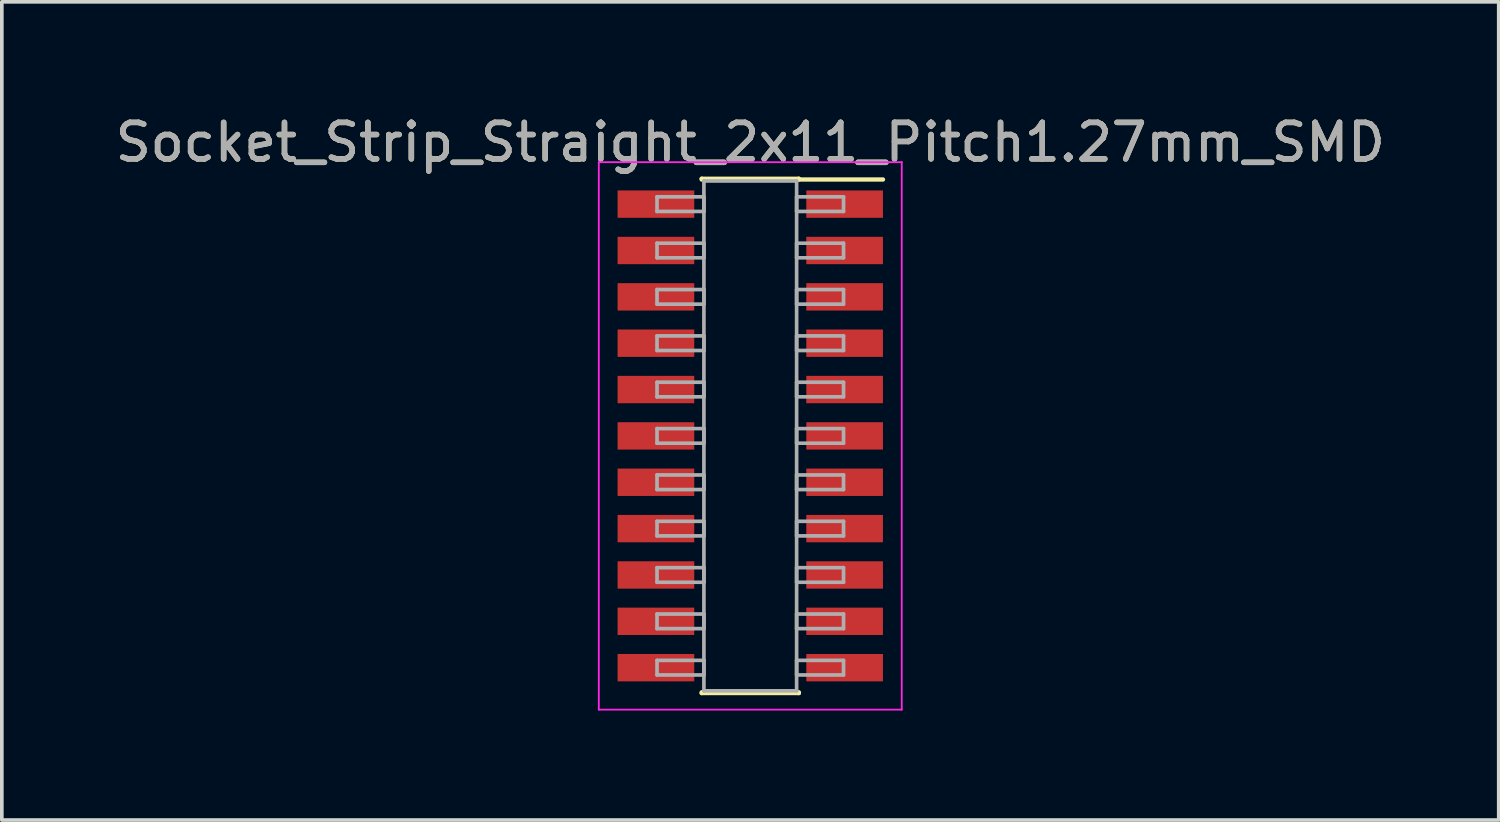
<source format=kicad_pcb>
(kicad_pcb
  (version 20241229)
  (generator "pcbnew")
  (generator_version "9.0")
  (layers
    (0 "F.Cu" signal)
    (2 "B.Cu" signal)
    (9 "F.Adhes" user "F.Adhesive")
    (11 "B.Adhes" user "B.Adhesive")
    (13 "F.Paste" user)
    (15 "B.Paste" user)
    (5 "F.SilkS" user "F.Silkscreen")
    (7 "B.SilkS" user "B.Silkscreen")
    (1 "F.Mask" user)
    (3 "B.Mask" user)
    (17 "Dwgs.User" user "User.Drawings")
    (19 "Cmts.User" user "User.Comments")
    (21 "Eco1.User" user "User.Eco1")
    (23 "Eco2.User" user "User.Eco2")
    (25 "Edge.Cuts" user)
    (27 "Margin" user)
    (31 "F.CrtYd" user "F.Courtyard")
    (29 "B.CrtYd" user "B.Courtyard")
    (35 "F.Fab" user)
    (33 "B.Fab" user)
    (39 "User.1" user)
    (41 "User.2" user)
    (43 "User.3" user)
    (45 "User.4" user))
  (footprint "Socket_Strip_Straight_2x11_Pitch1.27mm_SMD"
    (layer "F.Cu")
    (at 17.506 8.893)
    (property "Reference" "Socket_Strip_Straight_2x11_Pitch1.27mm_SMD" (at 0 -8.045 0) (layer "F.SilkS") (effects (font (size 1 1) (thickness 0.15))))
    (attr smd)
    (fp_line (start -1.33 -7.045) (end 1.33 -7.045) (stroke (width 0.12) (type solid)) (layer "F.SilkS"))
    (fp_line (start -1.33 -7.025) (end -1.33 -7.045) (stroke (width 0.12) (type solid)) (layer "F.SilkS"))
    (fp_line (start -1.33 7.025) (end -1.33 7.045) (stroke (width 0.12) (type solid)) (layer "F.SilkS"))
    (fp_line (start -1.33 7.045) (end 1.33 7.045) (stroke (width 0.12) (type solid)) (layer "F.SilkS"))
    (fp_line (start 1.33 -7.045) (end 1.33 -7.025) (stroke (width 0.12) (type solid)) (layer "F.SilkS"))
    (fp_line (start 1.33 7.045) (end 1.33 7.025) (stroke (width 0.12) (type solid)) (layer "F.SilkS"))
    (fp_line (start 3.635 -7.025) (end 1.33 -7.025) (stroke (width 0.12) (type solid)) (layer "F.SilkS"))
    (fp_line (start -4.15 -7.5) (end -4.15 7.5) (stroke (width 0.05) (type solid)) (layer "F.CrtYd"))
    (fp_line (start -4.15 7.5) (end 4.15 7.5) (stroke (width 0.05) (type solid)) (layer "F.CrtYd"))
    (fp_line (start 4.15 -7.5) (end -4.15 -7.5) (stroke (width 0.05) (type solid)) (layer "F.CrtYd"))
    (fp_line (start 4.15 7.5) (end 4.15 -7.5) (stroke (width 0.05) (type solid)) (layer "F.CrtYd"))
    (fp_line (start -2.555 -6.55) (end -1.27 -6.55) (stroke (width 0.1) (type solid)) (layer "F.Fab"))
    (fp_line (start -2.555 -6.15) (end -2.555 -6.55) (stroke (width 0.1) (type solid)) (layer "F.Fab"))
    (fp_line (start -2.555 -5.28) (end -1.27 -5.28) (stroke (width 0.1) (type solid)) (layer "F.Fab"))
    (fp_line (start -2.555 -4.88) (end -2.555 -5.28) (stroke (width 0.1) (type solid)) (layer "F.Fab"))
    (fp_line (start -2.555 -4.01) (end -1.27 -4.01) (stroke (width 0.1) (type solid)) (layer "F.Fab"))
    (fp_line (start -2.555 -3.61) (end -2.555 -4.01) (stroke (width 0.1) (type solid)) (layer "F.Fab"))
    (fp_line (start -2.555 -2.74) (end -1.27 -2.74) (stroke (width 0.1) (type solid)) (layer "F.Fab"))
    (fp_line (start -2.555 -2.34) (end -2.555 -2.74) (stroke (width 0.1) (type solid)) (layer "F.Fab"))
    (fp_line (start -2.555 -1.47) (end -1.27 -1.47) (stroke (width 0.1) (type solid)) (layer "F.Fab"))
    (fp_line (start -2.555 -1.07) (end -2.555 -1.47) (stroke (width 0.1) (type solid)) (layer "F.Fab"))
    (fp_line (start -2.555 -0.2) (end -1.27 -0.2) (stroke (width 0.1) (type solid)) (layer "F.Fab"))
    (fp_line (start -2.555 0.2) (end -2.555 -0.2) (stroke (width 0.1) (type solid)) (layer "F.Fab"))
    (fp_line (start -2.555 1.07) (end -1.27 1.07) (stroke (width 0.1) (type solid)) (layer "F.Fab"))
    (fp_line (start -2.555 1.47) (end -2.555 1.07) (stroke (width 0.1) (type solid)) (layer "F.Fab"))
    (fp_line (start -2.555 2.34) (end -1.27 2.34) (stroke (width 0.1) (type solid)) (layer "F.Fab"))
    (fp_line (start -2.555 2.74) (end -2.555 2.34) (stroke (width 0.1) (type solid)) (layer "F.Fab"))
    (fp_line (start -2.555 3.61) (end -1.27 3.61) (stroke (width 0.1) (type solid)) (layer "F.Fab"))
    (fp_line (start -2.555 4.01) (end -2.555 3.61) (stroke (width 0.1) (type solid)) (layer "F.Fab"))
    (fp_line (start -2.555 4.88) (end -1.27 4.88) (stroke (width 0.1) (type solid)) (layer "F.Fab"))
    (fp_line (start -2.555 5.28) (end -2.555 4.88) (stroke (width 0.1) (type solid)) (layer "F.Fab"))
    (fp_line (start -2.555 6.15) (end -1.27 6.15) (stroke (width 0.1) (type solid)) (layer "F.Fab"))
    (fp_line (start -2.555 6.55) (end -2.555 6.15) (stroke (width 0.1) (type solid)) (layer "F.Fab"))
    (fp_line (start -1.27 -6.985) (end -1.27 6.985) (stroke (width 0.1) (type solid)) (layer "F.Fab"))
    (fp_line (start -1.27 -6.55) (end -1.27 -6.15) (stroke (width 0.1) (type solid)) (layer "F.Fab"))
    (fp_line (start -1.27 -6.15) (end -2.555 -6.15) (stroke (width 0.1) (type solid)) (layer "F.Fab"))
    (fp_line (start -1.27 -5.28) (end -1.27 -4.88) (stroke (width 0.1) (type solid)) (layer "F.Fab"))
    (fp_line (start -1.27 -4.88) (end -2.555 -4.88) (stroke (width 0.1) (type solid)) (layer "F.Fab"))
    (fp_line (start -1.27 -4.01) (end -1.27 -3.61) (stroke (width 0.1) (type solid)) (layer "F.Fab"))
    (fp_line (start -1.27 -3.61) (end -2.555 -3.61) (stroke (width 0.1) (type solid)) (layer "F.Fab"))
    (fp_line (start -1.27 -2.74) (end -1.27 -2.34) (stroke (width 0.1) (type solid)) (layer "F.Fab"))
    (fp_line (start -1.27 -2.34) (end -2.555 -2.34) (stroke (width 0.1) (type solid)) (layer "F.Fab"))
    (fp_line (start -1.27 -1.47) (end -1.27 -1.07) (stroke (width 0.1) (type solid)) (layer "F.Fab"))
    (fp_line (start -1.27 -1.07) (end -2.555 -1.07) (stroke (width 0.1) (type solid)) (layer "F.Fab"))
    (fp_line (start -1.27 -0.2) (end -1.27 0.2) (stroke (width 0.1) (type solid)) (layer "F.Fab"))
    (fp_line (start -1.27 0.2) (end -2.555 0.2) (stroke (width 0.1) (type solid)) (layer "F.Fab"))
    (fp_line (start -1.27 1.07) (end -1.27 1.47) (stroke (width 0.1) (type solid)) (layer "F.Fab"))
    (fp_line (start -1.27 1.47) (end -2.555 1.47) (stroke (width 0.1) (type solid)) (layer "F.Fab"))
    (fp_line (start -1.27 2.34) (end -1.27 2.74) (stroke (width 0.1) (type solid)) (layer "F.Fab"))
    (fp_line (start -1.27 2.74) (end -2.555 2.74) (stroke (width 0.1) (type solid)) (layer "F.Fab"))
    (fp_line (start -1.27 3.61) (end -1.27 4.01) (stroke (width 0.1) (type solid)) (layer "F.Fab"))
    (fp_line (start -1.27 4.01) (end -2.555 4.01) (stroke (width 0.1) (type solid)) (layer "F.Fab"))
    (fp_line (start -1.27 4.88) (end -1.27 5.28) (stroke (width 0.1) (type solid)) (layer "F.Fab"))
    (fp_line (start -1.27 5.28) (end -2.555 5.28) (stroke (width 0.1) (type solid)) (layer "F.Fab"))
    (fp_line (start -1.27 6.15) (end -1.27 6.55) (stroke (width 0.1) (type solid)) (layer "F.Fab"))
    (fp_line (start -1.27 6.55) (end -2.555 6.55) (stroke (width 0.1) (type solid)) (layer "F.Fab"))
    (fp_line (start -1.27 6.985) (end 1.27 6.985) (stroke (width 0.1) (type solid)) (layer "F.Fab"))
    (fp_line (start 1.27 -6.985) (end -1.27 -6.985) (stroke (width 0.1) (type solid)) (layer "F.Fab"))
    (fp_line (start 1.27 -6.55) (end 1.27 -6.15) (stroke (width 0.1) (type solid)) (layer "F.Fab"))
    (fp_line (start 1.27 -6.15) (end 2.555 -6.15) (stroke (width 0.1) (type solid)) (layer "F.Fab"))
    (fp_line (start 1.27 -5.28) (end 1.27 -4.88) (stroke (width 0.1) (type solid)) (layer "F.Fab"))
    (fp_line (start 1.27 -4.88) (end 2.555 -4.88) (stroke (width 0.1) (type solid)) (layer "F.Fab"))
    (fp_line (start 1.27 -4.01) (end 1.27 -3.61) (stroke (width 0.1) (type solid)) (layer "F.Fab"))
    (fp_line (start 1.27 -3.61) (end 2.555 -3.61) (stroke (width 0.1) (type solid)) (layer "F.Fab"))
    (fp_line (start 1.27 -2.74) (end 1.27 -2.34) (stroke (width 0.1) (type solid)) (layer "F.Fab"))
    (fp_line (start 1.27 -2.34) (end 2.555 -2.34) (stroke (width 0.1) (type solid)) (layer "F.Fab"))
    (fp_line (start 1.27 -1.47) (end 1.27 -1.07) (stroke (width 0.1) (type solid)) (layer "F.Fab"))
    (fp_line (start 1.27 -1.07) (end 2.555 -1.07) (stroke (width 0.1) (type solid)) (layer "F.Fab"))
    (fp_line (start 1.27 -0.2) (end 1.27 0.2) (stroke (width 0.1) (type solid)) (layer "F.Fab"))
    (fp_line (start 1.27 0.2) (end 2.555 0.2) (stroke (width 0.1) (type solid)) (layer "F.Fab"))
    (fp_line (start 1.27 1.07) (end 1.27 1.47) (stroke (width 0.1) (type solid)) (layer "F.Fab"))
    (fp_line (start 1.27 1.47) (end 2.555 1.47) (stroke (width 0.1) (type solid)) (layer "F.Fab"))
    (fp_line (start 1.27 2.34) (end 1.27 2.74) (stroke (width 0.1) (type solid)) (layer "F.Fab"))
    (fp_line (start 1.27 2.74) (end 2.555 2.74) (stroke (width 0.1) (type solid)) (layer "F.Fab"))
    (fp_line (start 1.27 3.61) (end 1.27 4.01) (stroke (width 0.1) (type solid)) (layer "F.Fab"))
    (fp_line (start 1.27 4.01) (end 2.555 4.01) (stroke (width 0.1) (type solid)) (layer "F.Fab"))
    (fp_line (start 1.27 4.88) (end 1.27 5.28) (stroke (width 0.1) (type solid)) (layer "F.Fab"))
    (fp_line (start 1.27 5.28) (end 2.555 5.28) (stroke (width 0.1) (type solid)) (layer "F.Fab"))
    (fp_line (start 1.27 6.15) (end 1.27 6.55) (stroke (width 0.1) (type solid)) (layer "F.Fab"))
    (fp_line (start 1.27 6.55) (end 2.555 6.55) (stroke (width 0.1) (type solid)) (layer "F.Fab"))
    (fp_line (start 1.27 6.985) (end 1.27 -6.985) (stroke (width 0.1) (type solid)) (layer "F.Fab"))
    (fp_line (start 2.555 -6.55) (end 1.27 -6.55) (stroke (width 0.1) (type solid)) (layer "F.Fab"))
    (fp_line (start 2.555 -6.15) (end 2.555 -6.55) (stroke (width 0.1) (type solid)) (layer "F.Fab"))
    (fp_line (start 2.555 -5.28) (end 1.27 -5.28) (stroke (width 0.1) (type solid)) (layer "F.Fab"))
    (fp_line (start 2.555 -4.88) (end 2.555 -5.28) (stroke (width 0.1) (type solid)) (layer "F.Fab"))
    (fp_line (start 2.555 -4.01) (end 1.27 -4.01) (stroke (width 0.1) (type solid)) (layer "F.Fab"))
    (fp_line (start 2.555 -3.61) (end 2.555 -4.01) (stroke (width 0.1) (type solid)) (layer "F.Fab"))
    (fp_line (start 2.555 -2.74) (end 1.27 -2.74) (stroke (width 0.1) (type solid)) (layer "F.Fab"))
    (fp_line (start 2.555 -2.34) (end 2.555 -2.74) (stroke (width 0.1) (type solid)) (layer "F.Fab"))
    (fp_line (start 2.555 -1.47) (end 1.27 -1.47) (stroke (width 0.1) (type solid)) (layer "F.Fab"))
    (fp_line (start 2.555 -1.07) (end 2.555 -1.47) (stroke (width 0.1) (type solid)) (layer "F.Fab"))
    (fp_line (start 2.555 -0.2) (end 1.27 -0.2) (stroke (width 0.1) (type solid)) (layer "F.Fab"))
    (fp_line (start 2.555 0.2) (end 2.555 -0.2) (stroke (width 0.1) (type solid)) (layer "F.Fab"))
    (fp_line (start 2.555 1.07) (end 1.27 1.07) (stroke (width 0.1) (type solid)) (layer "F.Fab"))
    (fp_line (start 2.555 1.47) (end 2.555 1.07) (stroke (width 0.1) (type solid)) (layer "F.Fab"))
    (fp_line (start 2.555 2.34) (end 1.27 2.34) (stroke (width 0.1) (type solid)) (layer "F.Fab"))
    (fp_line (start 2.555 2.74) (end 2.555 2.34) (stroke (width 0.1) (type solid)) (layer "F.Fab"))
    (fp_line (start 2.555 3.61) (end 1.27 3.61) (stroke (width 0.1) (type solid)) (layer "F.Fab"))
    (fp_line (start 2.555 4.01) (end 2.555 3.61) (stroke (width 0.1) (type solid)) (layer "F.Fab"))
    (fp_line (start 2.555 4.88) (end 1.27 4.88) (stroke (width 0.1) (type solid)) (layer "F.Fab"))
    (fp_line (start 2.555 5.28) (end 2.555 4.88) (stroke (width 0.1) (type solid)) (layer "F.Fab"))
    (fp_line (start 2.555 6.15) (end 1.27 6.15) (stroke (width 0.1) (type solid)) (layer "F.Fab"))
    (fp_line (start 2.555 6.55) (end 2.555 6.15) (stroke (width 0.1) (type solid)) (layer "F.Fab"))
    (fp_text user "${REFERENCE}" (at 0 -8.045 0) (layer "F.Fab") (effects (font (size 1 1) (thickness 0.15))))
    (pad "1" smd rect (at 2.585 -6.35) (size 2.1 0.75) (layers "F.Cu" "F.Mask" "F.Paste"))
    (pad "2" smd rect (at -2.585 -6.35) (size 2.1 0.75) (layers "F.Cu" "F.Mask" "F.Paste"))
    (pad "3" smd rect (at 2.585 -5.08) (size 2.1 0.75) (layers "F.Cu" "F.Mask" "F.Paste"))
    (pad "4" smd rect (at -2.585 -5.08) (size 2.1 0.75) (layers "F.Cu" "F.Mask" "F.Paste"))
    (pad "5" smd rect (at 2.585 -3.81) (size 2.1 0.75) (layers "F.Cu" "F.Mask" "F.Paste"))
    (pad "6" smd rect (at -2.585 -3.81) (size 2.1 0.75) (layers "F.Cu" "F.Mask" "F.Paste"))
    (pad "7" smd rect (at 2.585 -2.54) (size 2.1 0.75) (layers "F.Cu" "F.Mask" "F.Paste"))
    (pad "8" smd rect (at -2.585 -2.54) (size 2.1 0.75) (layers "F.Cu" "F.Mask" "F.Paste"))
    (pad "9" smd rect (at 2.585 -1.27) (size 2.1 0.75) (layers "F.Cu" "F.Mask" "F.Paste"))
    (pad "10" smd rect (at -2.585 -1.27) (size 2.1 0.75) (layers "F.Cu" "F.Mask" "F.Paste"))
    (pad "11" smd rect (at 2.585 0) (size 2.1 0.75) (layers "F.Cu" "F.Mask" "F.Paste"))
    (pad "12" smd rect (at -2.585 0) (size 2.1 0.75) (layers "F.Cu" "F.Mask" "F.Paste"))
    (pad "13" smd rect (at 2.585 1.27) (size 2.1 0.75) (layers "F.Cu" "F.Mask" "F.Paste"))
    (pad "14" smd rect (at -2.585 1.27) (size 2.1 0.75) (layers "F.Cu" "F.Mask" "F.Paste"))
    (pad "15" smd rect (at 2.585 2.54) (size 2.1 0.75) (layers "F.Cu" "F.Mask" "F.Paste"))
    (pad "16" smd rect (at -2.585 2.54) (size 2.1 0.75) (layers "F.Cu" "F.Mask" "F.Paste"))
    (pad "17" smd rect (at 2.585 3.81) (size 2.1 0.75) (layers "F.Cu" "F.Mask" "F.Paste"))
    (pad "18" smd rect (at -2.585 3.81) (size 2.1 0.75) (layers "F.Cu" "F.Mask" "F.Paste"))
    (pad "19" smd rect (at 2.585 5.08) (size 2.1 0.75) (layers "F.Cu" "F.Mask" "F.Paste"))
    (pad "20" smd rect (at -2.585 5.08) (size 2.1 0.75) (layers "F.Cu" "F.Mask" "F.Paste"))
    (pad "21" smd rect (at 2.585 6.35) (size 2.1 0.75) (layers "F.Cu" "F.Mask" "F.Paste"))
    (pad "22" smd rect (at -2.585 6.35) (size 2.1 0.75) (layers "F.Cu" "F.Mask" "F.Paste")))
  (gr_rect
    (start -3 -3)
    (end 38.012 19.418)
    (stroke (width 0.1) (type default))
    (fill no)
    (layer "Edge.Cuts")))
</source>
